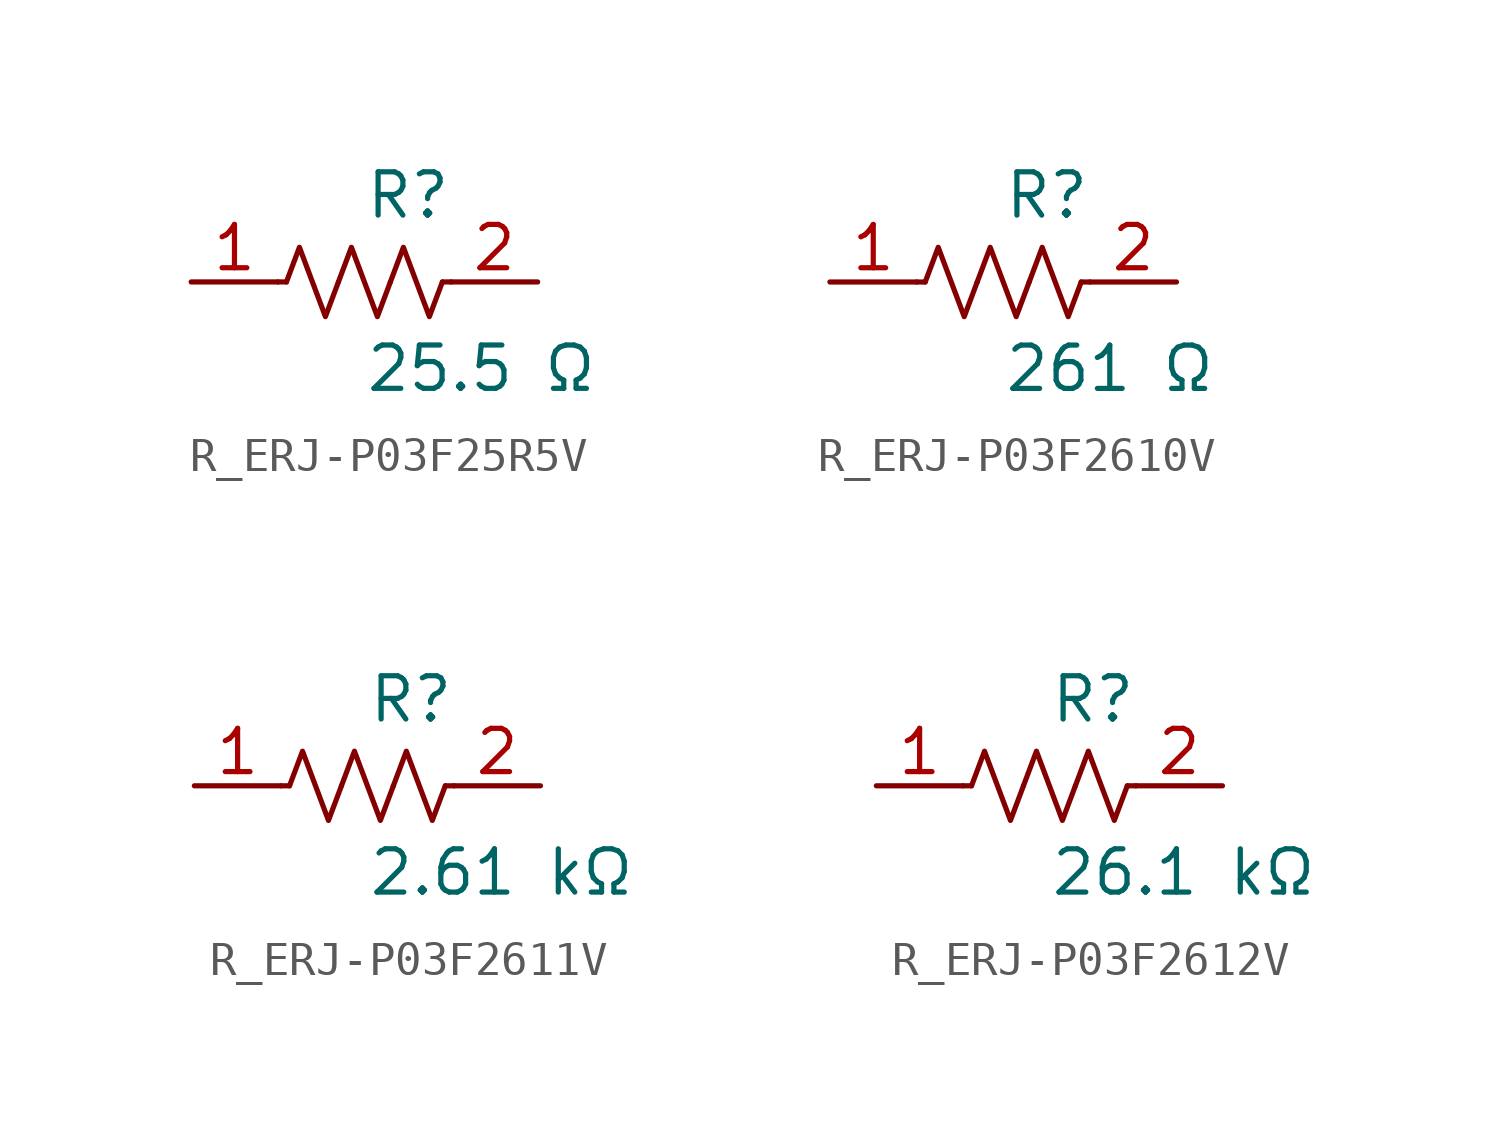
<source format=kicad_sym>
(kicad_symbol_lib
  (version 20231120)
  (generator kicad_symbol_editor)
  (generator_version 8.0)
  (symbol "R_ERJ-P03F25R5V"
    (pin_names
      (offset 0.254))
    (property "Reference" "R"
      (at 0.0 2.54 0)
      (effects (font (size 1.27 1.27)) (justify left)))
    (property "Value" "25.5 Ω"
      (at 0.0 -2.54 0)
      (effects (font (size 1.27 1.27)) (justify left)))
    (symbol "R_ERJ-P03F25R5V_0_1"
      (polyline (pts (xy 2.286 0) (xy 2.54 0)) (stroke (width 0) (type default)) (fill (type none)))
      (polyline (pts (xy -2.286 0) (xy -2.54 0)) (stroke (width 0) (type default)) (fill (type none)))
      (polyline (pts (xy 0.762 0) (xy 1.143 1.016) (xy 1.524 0) (xy 1.905 -1.016) (xy 2.286 0)) (stroke (width 0) (type default)) (fill (type none)))
      (polyline (pts (xy -0.762 0) (xy -0.381 1.016) (xy 0 0) (xy 0.381 -1.016) (xy 0.762 0)) (stroke (width 0) (type default)) (fill (type none)))
      (polyline (pts (xy -2.286 0) (xy -1.905 1.016) (xy -1.524 0) (xy -1.143 -1.016) (xy -0.762 0)) (stroke (width 0) (type default)) (fill (type none))))
    (pin unspecified line
      (at -5.08 0 0)
      (length 2.54)
      (name "" (effects (font (size 1.27 1.27))))
      (number "1" (effects (font (size 1.27 1.27)))))
    (pin unspecified line
      (at 5.08 0 180)
      (length 2.54)
      (name "" (effects (font (size 1.27 1.27))))
      (number "2" (effects (font (size 1.27 1.27))))))
  (symbol "R_ERJ-P03F2610V"
    (pin_names
      (offset 0.254))
    (property "Reference" "R"
      (at 0.0 2.54 0)
      (effects (font (size 1.27 1.27)) (justify left)))
    (property "Value" "261 Ω"
      (at 0.0 -2.54 0)
      (effects (font (size 1.27 1.27)) (justify left)))
    (symbol "R_ERJ-P03F2610V_0_1"
      (polyline (pts (xy 2.286 0) (xy 2.54 0)) (stroke (width 0) (type default)) (fill (type none)))
      (polyline (pts (xy -2.286 0) (xy -2.54 0)) (stroke (width 0) (type default)) (fill (type none)))
      (polyline (pts (xy 0.762 0) (xy 1.143 1.016) (xy 1.524 0) (xy 1.905 -1.016) (xy 2.286 0)) (stroke (width 0) (type default)) (fill (type none)))
      (polyline (pts (xy -0.762 0) (xy -0.381 1.016) (xy 0 0) (xy 0.381 -1.016) (xy 0.762 0)) (stroke (width 0) (type default)) (fill (type none)))
      (polyline (pts (xy -2.286 0) (xy -1.905 1.016) (xy -1.524 0) (xy -1.143 -1.016) (xy -0.762 0)) (stroke (width 0) (type default)) (fill (type none))))
    (pin unspecified line
      (at -5.08 0 0)
      (length 2.54)
      (name "" (effects (font (size 1.27 1.27))))
      (number "1" (effects (font (size 1.27 1.27)))))
    (pin unspecified line
      (at 5.08 0 180)
      (length 2.54)
      (name "" (effects (font (size 1.27 1.27))))
      (number "2" (effects (font (size 1.27 1.27))))))
  (symbol "R_ERJ-P03F2611V"
    (pin_names
      (offset 0.254))
    (property "Reference" "R"
      (at 0.0 2.54 0)
      (effects (font (size 1.27 1.27)) (justify left)))
    (property "Value" "2.61 kΩ"
      (at 0.0 -2.54 0)
      (effects (font (size 1.27 1.27)) (justify left)))
    (symbol "R_ERJ-P03F2611V_0_1"
      (polyline (pts (xy 2.286 0) (xy 2.54 0)) (stroke (width 0) (type default)) (fill (type none)))
      (polyline (pts (xy -2.286 0) (xy -2.54 0)) (stroke (width 0) (type default)) (fill (type none)))
      (polyline (pts (xy 0.762 0) (xy 1.143 1.016) (xy 1.524 0) (xy 1.905 -1.016) (xy 2.286 0)) (stroke (width 0) (type default)) (fill (type none)))
      (polyline (pts (xy -0.762 0) (xy -0.381 1.016) (xy 0 0) (xy 0.381 -1.016) (xy 0.762 0)) (stroke (width 0) (type default)) (fill (type none)))
      (polyline (pts (xy -2.286 0) (xy -1.905 1.016) (xy -1.524 0) (xy -1.143 -1.016) (xy -0.762 0)) (stroke (width 0) (type default)) (fill (type none))))
    (pin unspecified line
      (at -5.08 0 0)
      (length 2.54)
      (name "" (effects (font (size 1.27 1.27))))
      (number "1" (effects (font (size 1.27 1.27)))))
    (pin unspecified line
      (at 5.08 0 180)
      (length 2.54)
      (name "" (effects (font (size 1.27 1.27))))
      (number "2" (effects (font (size 1.27 1.27))))))
  (symbol "R_ERJ-P03F2612V"
    (pin_names
      (offset 0.254))
    (property "Reference" "R"
      (at 0.0 2.54 0)
      (effects (font (size 1.27 1.27)) (justify left)))
    (property "Value" "26.1 kΩ"
      (at 0.0 -2.54 0)
      (effects (font (size 1.27 1.27)) (justify left)))
    (symbol "R_ERJ-P03F2612V_0_1"
      (polyline (pts (xy 2.286 0) (xy 2.54 0)) (stroke (width 0) (type default)) (fill (type none)))
      (polyline (pts (xy -2.286 0) (xy -2.54 0)) (stroke (width 0) (type default)) (fill (type none)))
      (polyline (pts (xy 0.762 0) (xy 1.143 1.016) (xy 1.524 0) (xy 1.905 -1.016) (xy 2.286 0)) (stroke (width 0) (type default)) (fill (type none)))
      (polyline (pts (xy -0.762 0) (xy -0.381 1.016) (xy 0 0) (xy 0.381 -1.016) (xy 0.762 0)) (stroke (width 0) (type default)) (fill (type none)))
      (polyline (pts (xy -2.286 0) (xy -1.905 1.016) (xy -1.524 0) (xy -1.143 -1.016) (xy -0.762 0)) (stroke (width 0) (type default)) (fill (type none))))
    (pin unspecified line
      (at -5.08 0 0)
      (length 2.54)
      (name "" (effects (font (size 1.27 1.27))))
      (number "1" (effects (font (size 1.27 1.27)))))
    (pin unspecified line
      (at 5.08 0 180)
      (length 2.54)
      (name "" (effects (font (size 1.27 1.27))))
      (number "2" (effects (font (size 1.27 1.27)))))))
</source>
